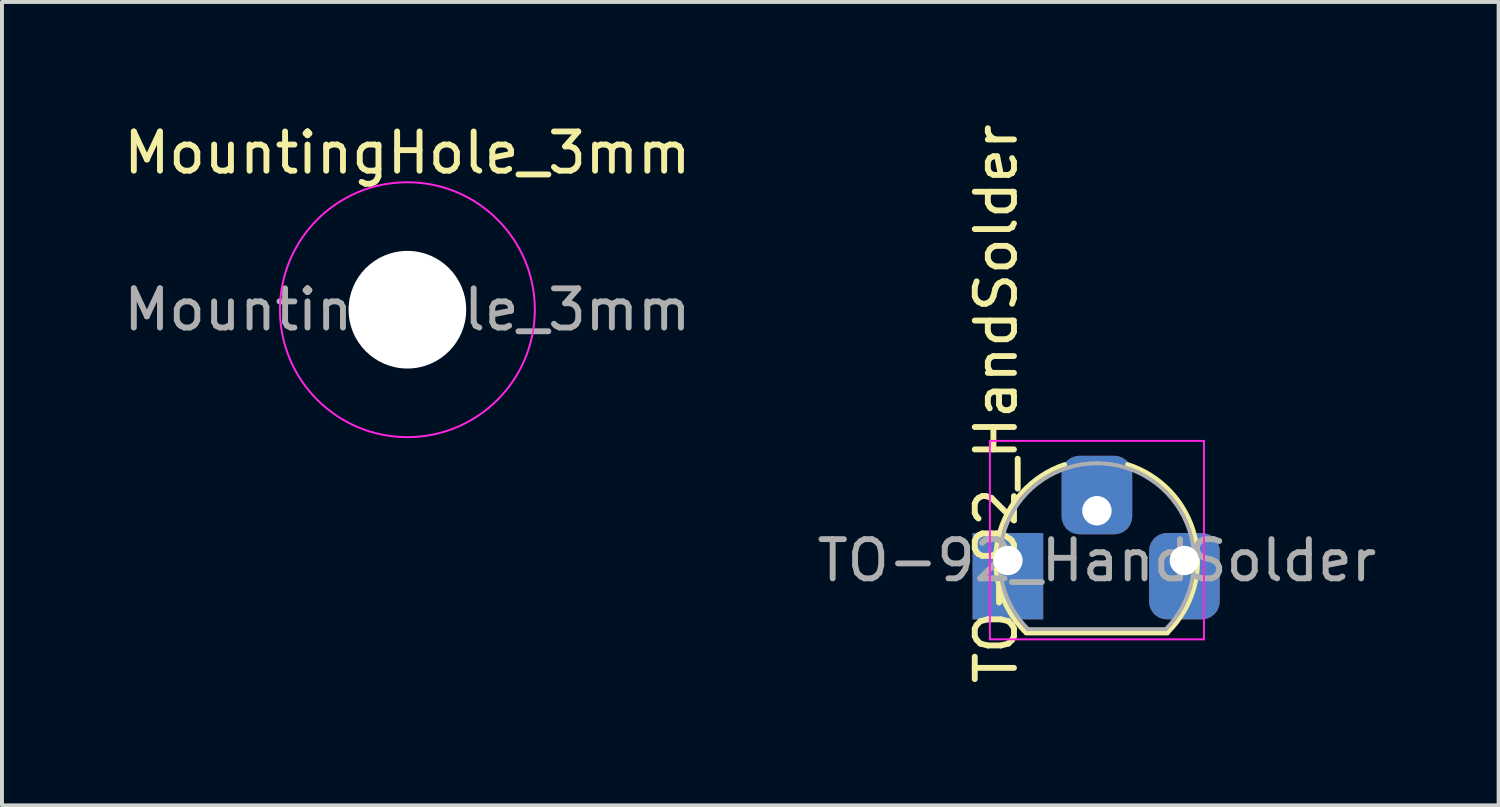
<source format=kicad_pcb>
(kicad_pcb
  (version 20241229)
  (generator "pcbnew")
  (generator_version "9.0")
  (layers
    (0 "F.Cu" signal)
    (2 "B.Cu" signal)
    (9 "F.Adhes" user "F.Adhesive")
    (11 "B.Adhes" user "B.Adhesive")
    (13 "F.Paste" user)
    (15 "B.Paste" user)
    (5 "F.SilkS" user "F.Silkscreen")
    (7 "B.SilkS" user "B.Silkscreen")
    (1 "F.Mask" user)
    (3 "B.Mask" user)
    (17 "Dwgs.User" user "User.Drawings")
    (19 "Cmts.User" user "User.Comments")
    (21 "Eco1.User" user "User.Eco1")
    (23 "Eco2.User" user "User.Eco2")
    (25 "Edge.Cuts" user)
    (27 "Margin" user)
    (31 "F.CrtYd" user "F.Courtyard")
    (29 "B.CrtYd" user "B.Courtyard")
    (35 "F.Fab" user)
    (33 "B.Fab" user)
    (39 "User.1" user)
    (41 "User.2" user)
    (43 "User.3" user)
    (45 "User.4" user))
  (footprint "TO-92_HandSolder"
    (layer "F.Cu")
    (at 23.653 11.244)
    (property "Reference" "TO-92_HandSolder" (at -1.3 -4 270) (layer "F.SilkS") (effects (font (size 1 1) (thickness 0.15))))
    (attr through_hole)
    (fp_line (start -0.53 1.85) (end 3.07 1.85) (stroke (width 0.12) (type solid)) (layer "F.SilkS"))
    (fp_arc (start -0.541875 1.841741) (mid -1.247231 -0.581764) (end 0.45 -2.45) (stroke (width 0.12) (type solid)) (layer "F.SilkS"))
    (fp_arc (start 2.05 -2.45) (mid 3.769931 -0.601036) (end 3.078445 1.827684) (stroke (width 0.12) (type solid)) (layer "F.SilkS"))
    (fp_line (start -1.46 -3.05) (end -1.46 2.01) (stroke (width 0.05) (type solid)) (layer "F.CrtYd"))
    (fp_line (start -1.46 -3.05) (end 4 -3.05) (stroke (width 0.05) (type solid)) (layer "F.CrtYd"))
    (fp_line (start 4 2.01) (end -1.46 2.01) (stroke (width 0.05) (type solid)) (layer "F.CrtYd"))
    (fp_line (start 4 2.01) (end 4 -3.05) (stroke (width 0.05) (type solid)) (layer "F.CrtYd"))
    (fp_line (start -0.5 1.75) (end 3 1.75) (stroke (width 0.1) (type solid)) (layer "F.Fab"))
    (fp_arc (start -0.483625 1.753625) (mid -1.021221 -0.949055) (end 1.27 -2.48) (stroke (width 0.1) (type solid)) (layer "F.Fab"))
    (fp_arc (start 1.27 -2.48) (mid 3.561221 -0.949055) (end 3.023625 1.753625) (stroke (width 0.1) (type solid)) (layer "F.Fab"))
    (fp_text user "${REFERENCE}" (at 1.27 0 180) (layer "F.Fab") (effects (font (size 1 1) (thickness 0.15))))
    (pad "1" thru_hole rect (at -1 0) (size 1.8 2.2) (drill 0.75 (offset 0 0.4)) (layers "*.Cu" "*.Mask"))
    (pad "2" thru_hole roundrect (at 1.27 -1.27) (size 1.8 2) (drill 0.75 (offset 0 -0.4)) (layers "*.Cu" "*.Mask") (roundrect_rratio 0.25))
    (pad "3" thru_hole roundrect (at 3.5 0) (size 1.8 2.2) (drill 0.75 (offset 0 0.4)) (layers "*.Cu" "*.Mask") (roundrect_rratio 0.25)))
  (footprint "MountingHole_3mm"
    (layer "F.Cu")
    (at 7.339 4.848)
    (property "Reference" "MountingHole_3mm" (at 0 -4 0) (layer "F.SilkS") (effects (font (size 1 1) (thickness 0.15))))
    (attr exclude_from_pos_files exclude_from_bom)
    (fp_circle (center 0 0) (end 3.25 0) (stroke (width 0.05) (type solid)) (fill no) (layer "F.CrtYd"))
    (fp_text user "${REFERENCE}" (at 0 0 0) (layer "F.Fab") (effects (font (size 1 1) (thickness 0.15))))
    (pad "" np_thru_hole circle (at 0 0) (size 3 3) (drill 3) (layers "*.Cu" "*.Mask")))
  (gr_rect
    (start -3 -3)
    (end 35.167 17.488)
    (stroke (width 0.1) (type default))
    (fill no)
    (layer "Edge.Cuts")))
</source>
